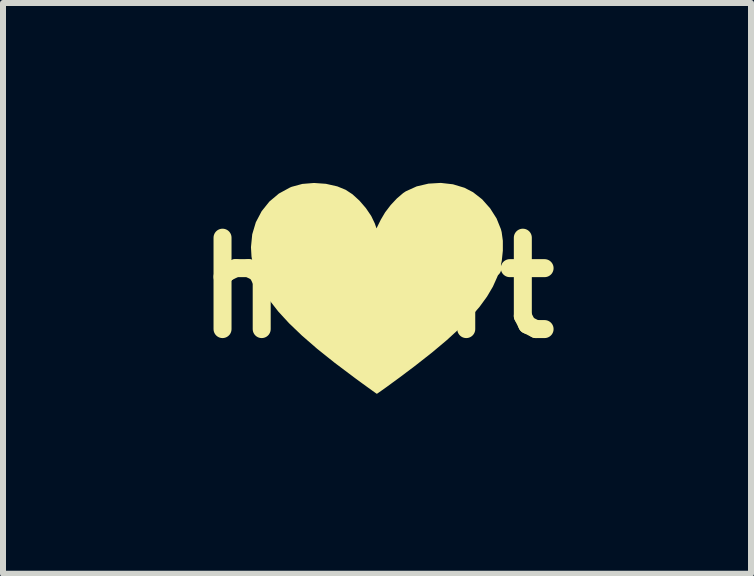
<source format=kicad_pcb>
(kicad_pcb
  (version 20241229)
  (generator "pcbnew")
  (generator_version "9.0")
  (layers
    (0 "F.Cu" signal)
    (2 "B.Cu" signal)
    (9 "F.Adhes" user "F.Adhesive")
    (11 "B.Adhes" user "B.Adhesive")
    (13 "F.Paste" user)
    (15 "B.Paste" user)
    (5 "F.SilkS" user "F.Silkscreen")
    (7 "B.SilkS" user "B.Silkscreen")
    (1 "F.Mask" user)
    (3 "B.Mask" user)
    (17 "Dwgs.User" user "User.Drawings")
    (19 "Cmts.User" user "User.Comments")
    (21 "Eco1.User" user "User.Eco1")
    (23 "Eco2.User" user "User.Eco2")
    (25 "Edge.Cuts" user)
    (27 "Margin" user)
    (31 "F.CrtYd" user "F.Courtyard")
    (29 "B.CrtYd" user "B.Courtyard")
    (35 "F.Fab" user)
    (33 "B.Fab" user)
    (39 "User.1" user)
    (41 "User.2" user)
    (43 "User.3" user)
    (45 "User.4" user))
  (footprint "heart"
    (layer "F.Cu")
    (at 3.237 1.748)
    (property "Reference" "heart" (at 0 0 0) (layer "F.SilkS") (effects (font (size 1.524 1.524) (thickness 0.3))))
    (attr board_only exclude_from_pos_files exclude_from_bom)
    (fp_poly (pts (xy 1.266 -1.725) (xy 1.458 -1.667) (xy 1.601 -1.593) (xy 1.753 -1.474) (xy 1.886 -1.324) (xy 1.993 -1.156) (xy 2.065 -0.978) (xy 2.078 -0.929) (xy 2.098 -0.784) (xy 2.098 -0.617) (xy 2.08 -0.448) (xy 2.059 -0.349) (xy 2.006 -0.183) (xy 1.932 -0.018) (xy 1.834 0.148) (xy 1.71 0.318) (xy 1.558 0.494) (xy 1.376 0.679) (xy 1.163 0.874) (xy 0.915 1.082) (xy 0.631 1.305) (xy 0.373 1.499) (xy 0.262 1.58) (xy 0.164 1.652) (xy 0.084 1.709) (xy 0.027 1.749) (xy -0.001 1.768) (xy -0.003 1.769) (xy -0.023 1.756) (xy -0.072 1.721) (xy -0.147 1.667) (xy -0.241 1.599) (xy -0.349 1.52) (xy -0.384 1.494) (xy -0.711 1.248) (xy -1 1.017) (xy -1.251 0.799) (xy -1.466 0.593) (xy -1.647 0.396) (xy -1.795 0.206) (xy -1.912 0.022) (xy -2 -0.158) (xy -2.059 -0.338) (xy -2.093 -0.518) (xy -2.102 -0.677) (xy -2.081 -0.891) (xy -2.021 -1.092) (xy -1.924 -1.276) (xy -1.795 -1.437) (xy -1.637 -1.57) (xy -1.452 -1.671) (xy -1.423 -1.683) (xy -1.246 -1.731) (xy -1.051 -1.747) (xy -0.852 -1.733) (xy -0.662 -1.69) (xy -0.523 -1.633) (xy -0.409 -1.558) (xy -0.293 -1.452) (xy -0.186 -1.328) (xy -0.097 -1.197) (xy -0.037 -1.072) (xy -0.036 -1.069) (xy -0.009 -0.99) (xy 0.064 -1.137) (xy 0.135 -1.257) (xy 0.228 -1.379) (xy 0.332 -1.49) (xy 0.435 -1.578) (xy 0.48 -1.608) (xy 0.661 -1.69) (xy 0.858 -1.736) (xy 1.063 -1.748)) (stroke (width 0) (type solid)) (fill yes) (layer "F.SilkS")))
  (gr_rect
    (start -3 -3)
    (end 9.473 6.517)
    (stroke (width 0.1) (type default))
    (fill no)
    (layer "Edge.Cuts")))
</source>
